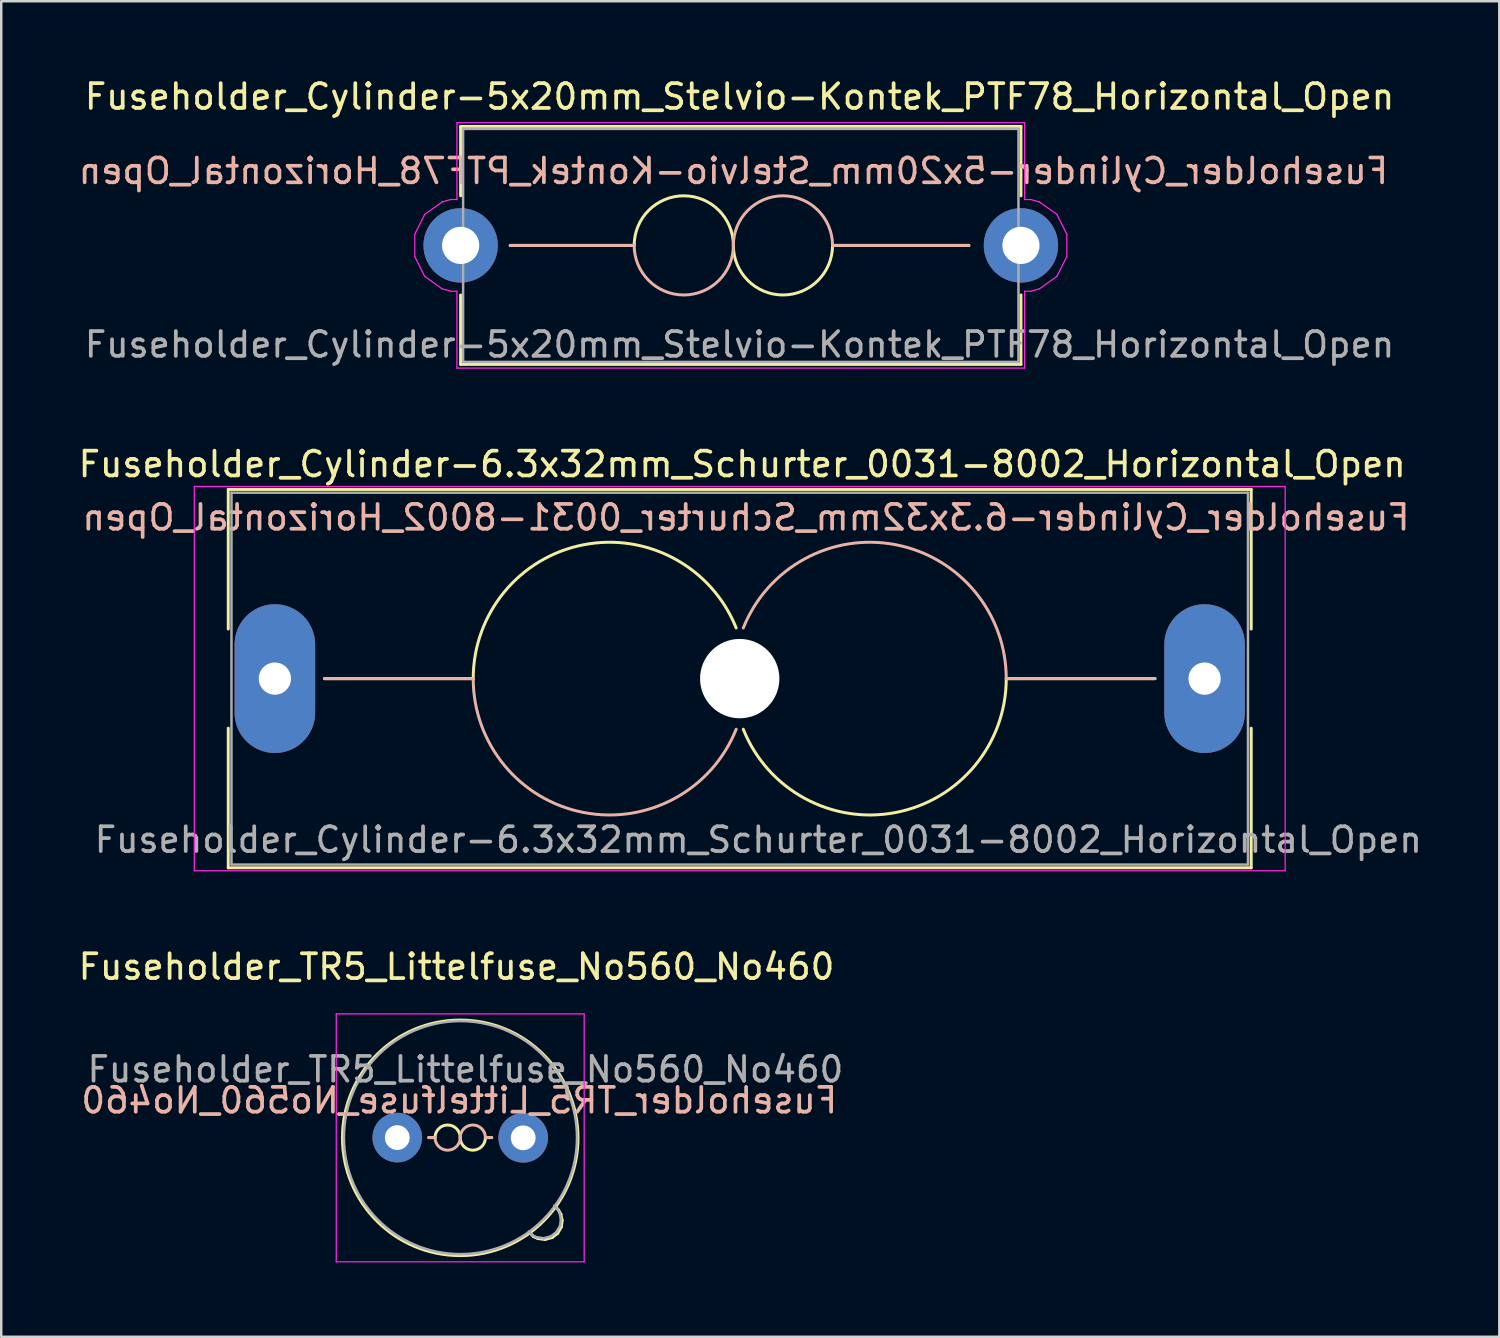
<source format=kicad_pcb>
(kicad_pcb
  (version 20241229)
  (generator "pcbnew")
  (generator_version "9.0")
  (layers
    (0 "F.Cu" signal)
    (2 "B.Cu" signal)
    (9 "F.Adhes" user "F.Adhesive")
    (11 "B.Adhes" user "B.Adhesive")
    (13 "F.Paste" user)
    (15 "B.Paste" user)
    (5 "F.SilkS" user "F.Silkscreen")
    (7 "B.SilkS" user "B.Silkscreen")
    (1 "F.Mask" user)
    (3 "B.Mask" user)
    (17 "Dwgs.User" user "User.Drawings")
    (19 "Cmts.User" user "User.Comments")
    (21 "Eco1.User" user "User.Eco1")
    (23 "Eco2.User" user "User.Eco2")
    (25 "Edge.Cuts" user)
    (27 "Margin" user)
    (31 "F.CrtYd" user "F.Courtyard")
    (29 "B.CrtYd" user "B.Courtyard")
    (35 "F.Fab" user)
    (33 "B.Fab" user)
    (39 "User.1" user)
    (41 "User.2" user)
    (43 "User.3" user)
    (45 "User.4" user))
  (footprint "Fuseholder_TR5_Littelfuse_No560_No460"
    (layer "F.Cu")
    (at 12.973 42.835)
    (property "Reference" "Fuseholder_TR5_Littelfuse_No560_No460" (at 2.39 -6.89 0) (layer "F.SilkS") (effects (font (size 1 1) (thickness 0.15))))
    (fp_line (start 1.27 0) (end 1.524 0) (stroke (width 0.12) (type solid)) (layer "F.SilkS"))
    (fp_line (start 3.81 0) (end 3.556 0) (stroke (width 0.12) (type solid)) (layer "F.SilkS"))
    (fp_line (start 5.49 3.99) (end 5.36 3.84) (stroke (width 0.12) (type solid)) (layer "F.SilkS"))
    (fp_line (start 5.67 4.07) (end 5.49 3.99) (stroke (width 0.12) (type solid)) (layer "F.SilkS"))
    (fp_line (start 5.96 4.11) (end 5.67 4.07) (stroke (width 0.12) (type solid)) (layer "F.SilkS"))
    (fp_line (start 6.25 4.03) (end 5.96 4.11) (stroke (width 0.12) (type solid)) (layer "F.SilkS"))
    (fp_line (start 6.39 2.79) (end 6.51 2.93) (stroke (width 0.12) (type solid)) (layer "F.SilkS"))
    (fp_line (start 6.47 3.86) (end 6.25 4.03) (stroke (width 0.12) (type solid)) (layer "F.SilkS"))
    (fp_line (start 6.51 2.93) (end 6.6 3.09) (stroke (width 0.12) (type solid)) (layer "F.SilkS"))
    (fp_line (start 6.6 3.09) (end 6.65 3.34) (stroke (width 0.12) (type solid)) (layer "F.SilkS"))
    (fp_line (start 6.62 3.6) (end 6.47 3.86) (stroke (width 0.12) (type solid)) (layer "F.SilkS"))
    (fp_line (start 6.65 3.34) (end 6.62 3.6) (stroke (width 0.12) (type solid)) (layer "F.SilkS"))
    (fp_arc (start 1.524 0) (mid 2.032 -0.508) (end 2.54 0) (stroke (width 0.12) (type solid)) (layer "F.SilkS"))
    (fp_arc (start 3.556 0) (mid 3.048 0.508) (end 2.54 0) (stroke (width 0.12) (type solid)) (layer "F.SilkS"))
    (fp_circle (center 2.54 0.01) (end 7.29 0.01) (stroke (width 0.12) (type solid)) (fill no) (layer "F.SilkS"))
    (fp_line (start 1.27 0) (end 1.524 0) (stroke (width 0.12) (type solid)) (layer "B.SilkS"))
    (fp_line (start 3.81 0) (end 3.556 0) (stroke (width 0.12) (type solid)) (layer "B.SilkS"))
    (fp_arc (start 2.54 0) (mid 2.032 0.508) (end 1.524 0) (stroke (width 0.12) (type solid)) (layer "B.SilkS"))
    (fp_arc (start 2.54 0) (mid 3.048 -0.508) (end 3.556 0) (stroke (width 0.12) (type solid)) (layer "B.SilkS"))
    (fp_line (start -2.46 -4.99) (end -2.46 5.01) (stroke (width 0.05) (type solid)) (layer "F.CrtYd"))
    (fp_line (start -2.46 -4.99) (end 7.54 -4.99) (stroke (width 0.05) (type solid)) (layer "F.CrtYd"))
    (fp_line (start 7.54 5.01) (end -2.46 5.01) (stroke (width 0.05) (type solid)) (layer "F.CrtYd"))
    (fp_line (start 7.54 5.01) (end 7.54 -4.99) (stroke (width 0.05) (type solid)) (layer "F.CrtYd"))
    (fp_line (start 5.44 3.94) (end 5.31 3.79) (stroke (width 0.1) (type solid)) (layer "F.Fab"))
    (fp_line (start 5.62 4.02) (end 5.44 3.94) (stroke (width 0.1) (type solid)) (layer "F.Fab"))
    (fp_line (start 5.91 4.06) (end 5.62 4.02) (stroke (width 0.1) (type solid)) (layer "F.Fab"))
    (fp_line (start 6.2 3.98) (end 5.91 4.06) (stroke (width 0.1) (type solid)) (layer "F.Fab"))
    (fp_line (start 6.34 2.74) (end 6.46 2.88) (stroke (width 0.1) (type solid)) (layer "F.Fab"))
    (fp_line (start 6.42 3.81) (end 6.2 3.98) (stroke (width 0.1) (type solid)) (layer "F.Fab"))
    (fp_line (start 6.46 2.88) (end 6.55 3.04) (stroke (width 0.1) (type solid)) (layer "F.Fab"))
    (fp_line (start 6.55 3.04) (end 6.6 3.29) (stroke (width 0.1) (type solid)) (layer "F.Fab"))
    (fp_line (start 6.57 3.55) (end 6.42 3.81) (stroke (width 0.1) (type solid)) (layer "F.Fab"))
    (fp_line (start 6.6 3.29) (end 6.57 3.55) (stroke (width 0.1) (type solid)) (layer "F.Fab"))
    (fp_circle (center 2.55 0) (end 7.25 0) (stroke (width 0.1) (type solid)) (fill no) (layer "F.Fab"))
    (fp_text user "${REFERENCE}" (at 2.5 -1.5 0) (layer "B.SilkS") (effects (font (size 1 1) (thickness 0.15)) (justify mirror)))
    (fp_text user "${REFERENCE}" (at 2.75 -2.75 0) (layer "F.Fab") (effects (font (size 1 1) (thickness 0.15))))
    (pad "1" thru_hole circle (at 0 0) (size 2 2) (drill 1) (layers "*.Cu" "*.Mask"))
    (pad "2" thru_hole circle (at 5.08 0.01) (size 2 2) (drill 1) (layers "*.Cu" "*.Mask")))
  (footprint "Fuseholder_Cylinder-6.3x32mm_Schurter_0031-8002_Horizontal_Open"
    (layer "F.Cu")
    (at 8.037 24.322)
    (property "Reference" "Fuseholder_Cylinder-6.3x32mm_Schurter_0031-8002_Horizontal_Open" (at 18.85 -8.65 0) (layer "F.SilkS") (effects (font (size 1 1) (thickness 0.15))))
    (fp_line (start -1.88 -7.63) (end -1.88 -2) (stroke (width 0.12) (type solid)) (layer "F.SilkS"))
    (fp_line (start -1.88 -7.63) (end 39.38 -7.63) (stroke (width 0.12) (type solid)) (layer "F.SilkS"))
    (fp_line (start -1.88 2) (end -1.88 7.63) (stroke (width 0.12) (type solid)) (layer "F.SilkS"))
    (fp_line (start 2 0) (end 8 0) (stroke (width 0.12) (type solid)) (layer "F.SilkS"))
    (fp_line (start 29.5 0) (end 35.5 0) (stroke (width 0.12) (type solid)) (layer "F.SilkS"))
    (fp_line (start 39.38 -7.63) (end 39.38 -2) (stroke (width 0.12) (type solid)) (layer "F.SilkS"))
    (fp_line (start 39.38 2) (end 39.38 7.63) (stroke (width 0.12) (type solid)) (layer "F.SilkS"))
    (fp_line (start 39.38 7.63) (end -1.88 7.63) (stroke (width 0.12) (type solid)) (layer "F.SilkS"))
    (fp_arc (start 8 0) (mid 12.459909 -5.40076) (end 18.606622 -2.042649) (stroke (width 0.12) (type solid)) (layer "F.SilkS"))
    (fp_arc (start 29.5 0) (mid 25.040091 5.40076) (end 18.893378 2.042649) (stroke (width 0.12) (type solid)) (layer "F.SilkS"))
    (fp_line (start 8 0) (end 2 0) (stroke (width 0.12) (type solid)) (layer "B.SilkS"))
    (fp_line (start 35.5 0) (end 29.5 0) (stroke (width 0.12) (type solid)) (layer "B.SilkS"))
    (fp_arc (start 18.606622 2.042649) (mid 12.459908 5.40076) (end 8 0) (stroke (width 0.12) (type solid)) (layer "B.SilkS"))
    (fp_arc (start 18.893378 -2.042649) (mid 25.040092 -5.40076) (end 29.5 0) (stroke (width 0.12) (type solid)) (layer "B.SilkS"))
    (fp_line (start -3.25 -7.75) (end -3.25 7.75) (stroke (width 0.05) (type solid)) (layer "F.CrtYd"))
    (fp_line (start -3.25 -7.75) (end 40.75 -7.75) (stroke (width 0.05) (type solid)) (layer "F.CrtYd"))
    (fp_line (start 40.75 7.75) (end -3.25 7.75) (stroke (width 0.05) (type solid)) (layer "F.CrtYd"))
    (fp_line (start 40.75 7.75) (end 40.75 -7.75) (stroke (width 0.05) (type solid)) (layer "F.CrtYd"))
    (fp_line (start -1.75 -7.5) (end -1.75 7.5) (stroke (width 0.1) (type solid)) (layer "F.Fab"))
    (fp_line (start -1.75 7.5) (end 39.25 7.5) (stroke (width 0.1) (type solid)) (layer "F.Fab"))
    (fp_line (start 39.25 -7.5) (end -1.75 -7.5) (stroke (width 0.1) (type solid)) (layer "F.Fab"))
    (fp_line (start 39.25 7.5) (end 39.25 -7.5) (stroke (width 0.1) (type solid)) (layer "F.Fab"))
    (fp_text user "${REFERENCE}" (at 19 -6.5 0) (layer "B.SilkS") (effects (font (size 1 1) (thickness 0.15)) (justify mirror)))
    (fp_text user "${REFERENCE}" (at 19.5 6.5 0) (layer "F.Fab") (effects (font (size 1 1) (thickness 0.15))))
    (pad "" np_thru_hole circle (at 18.75 0) (size 3.2 3.2) (drill 3.2) (layers "*.Cu" "*.Mask"))
    (pad "1" thru_hole oval (at 0 0) (size 3.25 6) (drill 1.3) (layers "*.Cu" "*.Mask"))
    (pad "2" thru_hole oval (at 37.5 0) (size 3.25 6) (drill 1.3) (layers "*.Cu" "*.Mask")))
  (footprint "Fuseholder_Cylinder-5x20mm_Stelvio-Kontek_PTF78_Horizontal_Open"
    (layer "F.Cu")
    (at 15.53 6.848)
    (property "Reference" "Fuseholder_Cylinder-5x20mm_Stelvio-Kontek_PTF78_Horizontal_Open" (at 11.25 -6 0) (layer "F.SilkS") (effects (font (size 1 1) (thickness 0.15))))
    (fp_line (start 0 -4.8) (end 22.6 -4.8) (stroke (width 0.12) (type solid)) (layer "F.SilkS"))
    (fp_line (start 0 -2) (end 0 -4.8) (stroke (width 0.12) (type solid)) (layer "F.SilkS"))
    (fp_line (start 0 4.8) (end 0 2) (stroke (width 0.12) (type solid)) (layer "F.SilkS"))
    (fp_line (start 0 4.8) (end 22.6 4.8) (stroke (width 0.12) (type solid)) (layer "F.SilkS"))
    (fp_line (start 2 0) (end 7 0) (stroke (width 0.12) (type solid)) (layer "F.SilkS"))
    (fp_line (start 20.5 0) (end 15 0) (stroke (width 0.12) (type solid)) (layer "F.SilkS"))
    (fp_line (start 22.6 -2) (end 22.6 -4.8) (stroke (width 0.12) (type solid)) (layer "F.SilkS"))
    (fp_line (start 22.6 4.8) (end 22.6 2) (stroke (width 0.12) (type solid)) (layer "F.SilkS"))
    (fp_arc (start 7 0) (mid 9 -2) (end 11 0) (stroke (width 0.12) (type solid)) (layer "F.SilkS"))
    (fp_arc (start 15 0) (mid 13 2) (end 11 0) (stroke (width 0.12) (type solid)) (layer "F.SilkS"))
    (fp_line (start 2 0) (end 7 0) (stroke (width 0.12) (type solid)) (layer "B.SilkS"))
    (fp_line (start 20.5 0) (end 15 0) (stroke (width 0.12) (type solid)) (layer "B.SilkS"))
    (fp_arc (start 11 0) (mid 9 2) (end 7 0) (stroke (width 0.12) (type solid)) (layer "B.SilkS"))
    (fp_arc (start 11 0) (mid 13 -2) (end 15 0) (stroke (width 0.12) (type solid)) (layer "B.SilkS"))
    (fp_line (start -1.85 -0.45) (end -1.85 0.45) (stroke (width 0.05) (type solid)) (layer "F.CrtYd"))
    (fp_line (start -1.85 -0.45) (end -1.45 -1.25) (stroke (width 0.05) (type solid)) (layer "F.CrtYd"))
    (fp_line (start -1.45 1.25) (end -1.85 0.45) (stroke (width 0.05) (type solid)) (layer "F.CrtYd"))
    (fp_line (start -1.45 1.25) (end -0.75 1.75) (stroke (width 0.05) (type solid)) (layer "F.CrtYd"))
    (fp_line (start -0.75 -1.75) (end -1.45 -1.25) (stroke (width 0.05) (type solid)) (layer "F.CrtYd"))
    (fp_line (start -0.75 1.75) (end -0.4 1.85) (stroke (width 0.05) (type solid)) (layer "F.CrtYd"))
    (fp_line (start -0.4 -1.85) (end -0.75 -1.75) (stroke (width 0.05) (type solid)) (layer "F.CrtYd"))
    (fp_line (start -0.4 1.85) (end -0.15 1.85) (stroke (width 0.05) (type solid)) (layer "F.CrtYd"))
    (fp_line (start -0.15 -4.95) (end 22.75 -4.95) (stroke (width 0.05) (type solid)) (layer "F.CrtYd"))
    (fp_line (start -0.15 -1.85) (end -0.4 -1.85) (stroke (width 0.05) (type solid)) (layer "F.CrtYd"))
    (fp_line (start -0.15 -1.85) (end -0.15 -4.95) (stroke (width 0.05) (type solid)) (layer "F.CrtYd"))
    (fp_line (start -0.15 4.95) (end -0.15 1.85) (stroke (width 0.05) (type solid)) (layer "F.CrtYd"))
    (fp_line (start 22.75 -1.85) (end 22.75 -4.95) (stroke (width 0.05) (type solid)) (layer "F.CrtYd"))
    (fp_line (start 22.75 -1.85) (end 23 -1.85) (stroke (width 0.05) (type solid)) (layer "F.CrtYd"))
    (fp_line (start 22.75 1.85) (end 22.75 4.95) (stroke (width 0.05) (type solid)) (layer "F.CrtYd"))
    (fp_line (start 22.75 1.85) (end 23 1.85) (stroke (width 0.05) (type solid)) (layer "F.CrtYd"))
    (fp_line (start 22.75 4.95) (end -0.15 4.95) (stroke (width 0.05) (type solid)) (layer "F.CrtYd"))
    (fp_line (start 23 1.85) (end 23.35 1.75) (stroke (width 0.05) (type solid)) (layer "F.CrtYd"))
    (fp_line (start 23.35 -1.75) (end 23 -1.85) (stroke (width 0.05) (type solid)) (layer "F.CrtYd"))
    (fp_line (start 23.35 1.75) (end 24.05 1.25) (stroke (width 0.05) (type solid)) (layer "F.CrtYd"))
    (fp_line (start 24.05 -1.25) (end 23.35 -1.75) (stroke (width 0.05) (type solid)) (layer "F.CrtYd"))
    (fp_line (start 24.05 1.25) (end 24.45 0.45) (stroke (width 0.05) (type solid)) (layer "F.CrtYd"))
    (fp_line (start 24.45 -0.45) (end 24.05 -1.25) (stroke (width 0.05) (type solid)) (layer "F.CrtYd"))
    (fp_line (start 24.45 0.45) (end 24.45 -0.45) (stroke (width 0.05) (type solid)) (layer "F.CrtYd"))
    (fp_line (start 0.1 -4.7) (end 0.1 4.7) (stroke (width 0.1) (type solid)) (layer "F.Fab"))
    (fp_line (start 0.1 4.7) (end 22.5 4.7) (stroke (width 0.1) (type solid)) (layer "F.Fab"))
    (fp_line (start 22.5 -4.7) (end 0.1 -4.7) (stroke (width 0.1) (type solid)) (layer "F.Fab"))
    (fp_line (start 22.5 4.7) (end 22.5 -4.7) (stroke (width 0.1) (type solid)) (layer "F.Fab"))
    (fp_text user "${REFERENCE}" (at 11 -3 0) (layer "B.SilkS") (effects (font (size 1 1) (thickness 0.15)) (justify mirror)))
    (fp_text user "${REFERENCE}" (at 11.25 4 0) (layer "F.Fab") (effects (font (size 1 1) (thickness 0.15))))
    (pad "1" thru_hole circle (at 0 0) (size 3 3) (drill 1.5) (layers "*.Cu" "*.Mask"))
    (pad "2" thru_hole circle (at 22.6 0) (size 3 3) (drill 1.5) (layers "*.Cu" "*.Mask")))
  (gr_rect
    (start -3 -3)
    (end 57.424 50.87)
    (stroke (width 0.1) (type default))
    (fill no)
    (layer "Edge.Cuts")))
</source>
